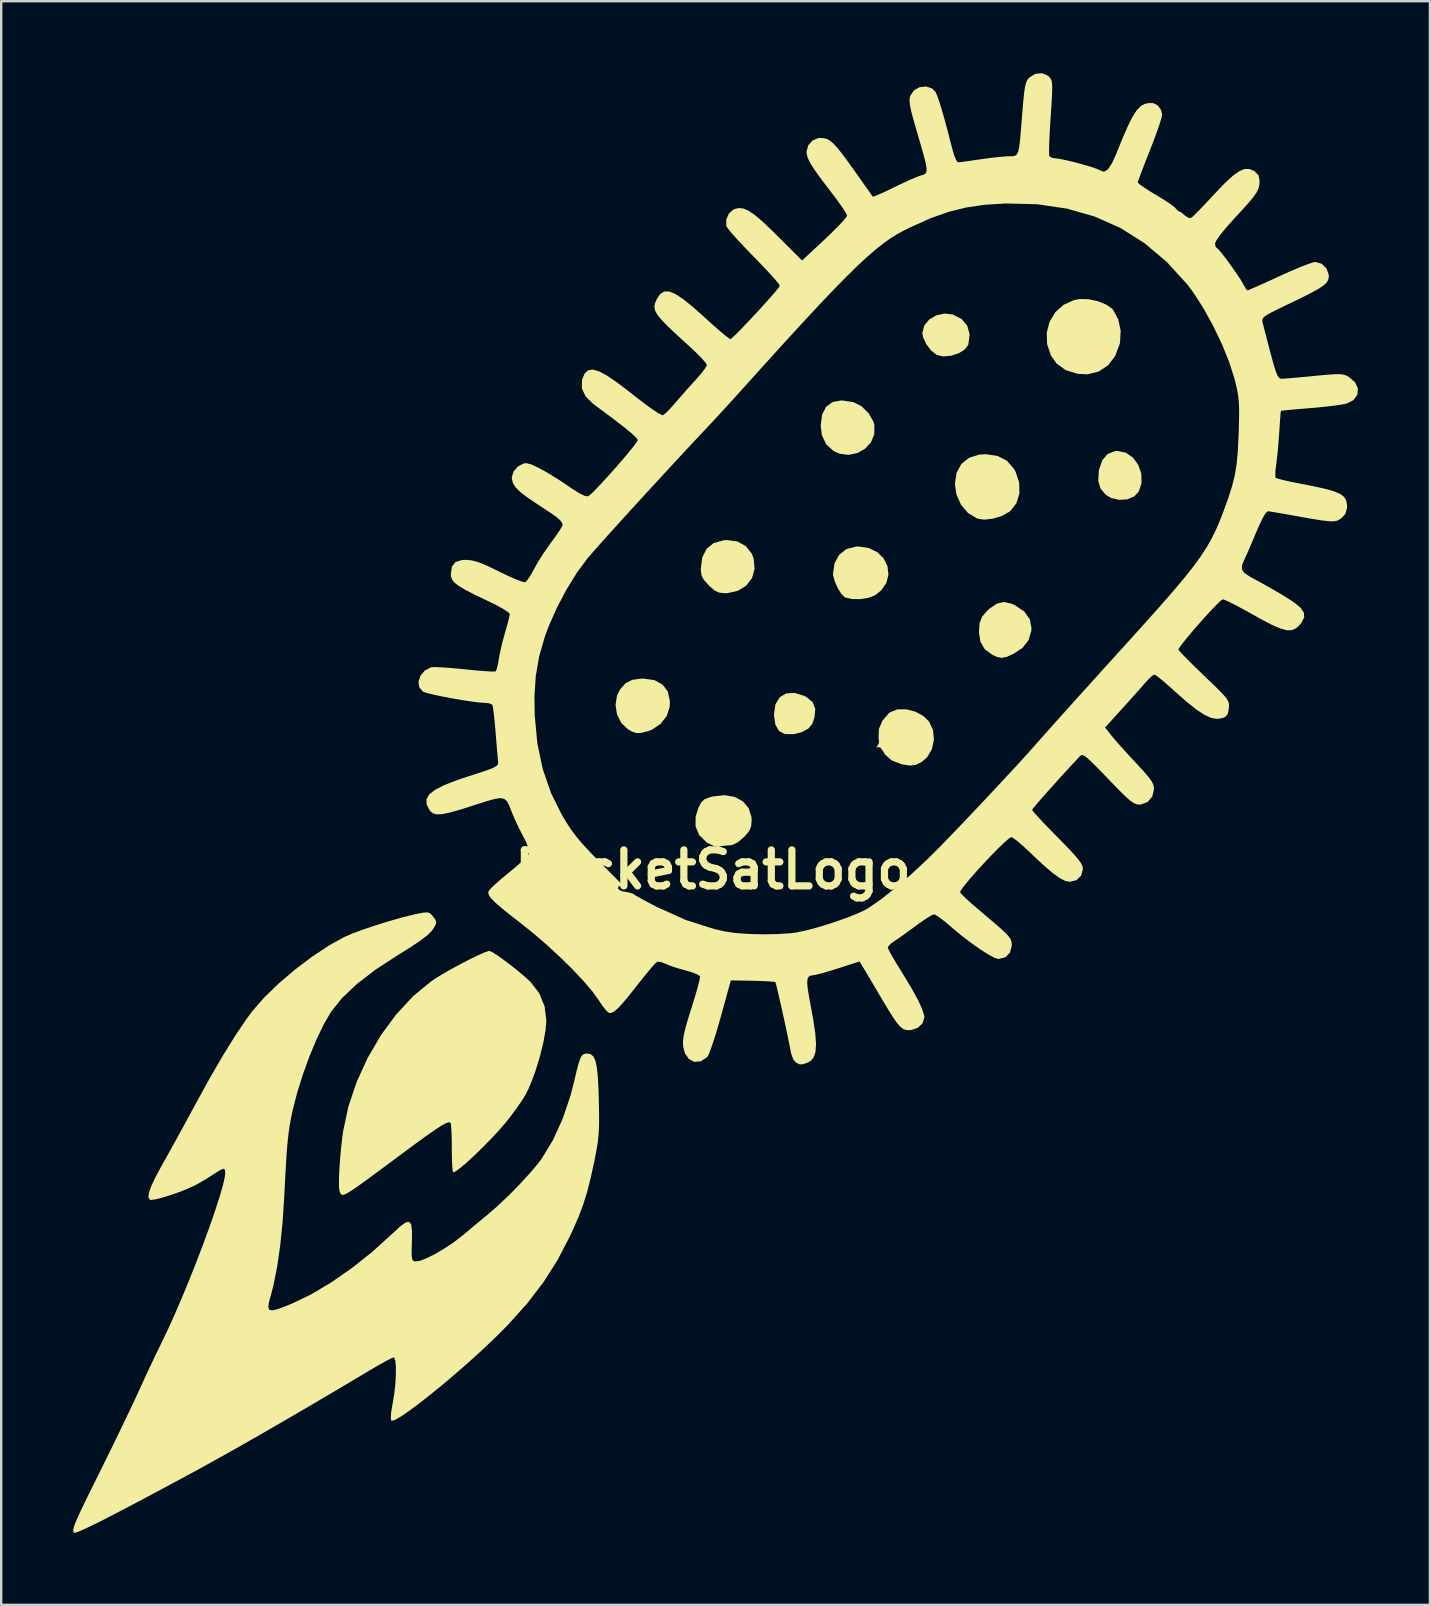
<source format=kicad_pcb>
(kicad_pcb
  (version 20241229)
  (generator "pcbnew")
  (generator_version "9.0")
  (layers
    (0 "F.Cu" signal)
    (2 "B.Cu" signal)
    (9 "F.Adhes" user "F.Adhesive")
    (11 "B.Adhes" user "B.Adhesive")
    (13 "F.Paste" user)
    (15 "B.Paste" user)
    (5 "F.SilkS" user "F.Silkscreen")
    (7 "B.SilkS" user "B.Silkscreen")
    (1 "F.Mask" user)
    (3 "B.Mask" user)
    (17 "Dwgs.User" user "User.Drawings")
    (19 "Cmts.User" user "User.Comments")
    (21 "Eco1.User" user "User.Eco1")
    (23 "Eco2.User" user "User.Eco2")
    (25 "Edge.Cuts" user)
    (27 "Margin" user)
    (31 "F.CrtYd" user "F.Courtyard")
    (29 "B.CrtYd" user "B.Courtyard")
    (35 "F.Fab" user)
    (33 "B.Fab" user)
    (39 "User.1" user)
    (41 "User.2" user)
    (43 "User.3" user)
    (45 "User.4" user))
  (footprint "PocketSatLogo"
    (layer "F.Cu")
    (at 26.653 33.177)
    (property "Reference" "PocketSatLogo" (at 0 0 0) (layer "F.SilkS") (effects (font (size 1.5 1.5) (thickness 0.3))))
    (attr board_only exclude_from_pos_files exclude_from_bom)
    (fp_poly (pts (xy 3.784 -7.243) (xy 3.904 -7.181) (xy 4.154 -6.972) (xy 4.261 -6.697) (xy 4.228 -6.343) (xy 4.141 -6.082) (xy 3.977 -5.879) (xy 3.698 -5.726) (xy 3.356 -5.642) (xy 3.004 -5.647) (xy 2.985 -5.65) (xy 2.75 -5.773) (xy 2.6 -6.035) (xy 2.541 -6.427) (xy 2.54 -6.483) (xy 2.602 -6.889) (xy 2.777 -7.177) (xy 3.045 -7.338) (xy 3.387 -7.364)) (stroke (width 0) (type solid)) (fill yes) (layer "F.SilkS"))
    (fp_poly (pts (xy 17.204 -17.365) (xy 17.499 -17.159) (xy 17.717 -16.858) (xy 17.842 -16.497) (xy 17.853 -16.113) (xy 17.741 -15.755) (xy 17.544 -15.543) (xy 17.252 -15.424) (xy 16.915 -15.403) (xy 16.581 -15.484) (xy 16.358 -15.619) (xy 16.142 -15.876) (xy 16.05 -16.194) (xy 16.073 -16.608) (xy 16.083 -16.663) (xy 16.216 -17.054) (xy 16.441 -17.315) (xy 16.747 -17.435) (xy 16.852 -17.441)) (stroke (width 0) (type solid)) (fill yes) (layer "F.SilkS"))
    (fp_poly (pts (xy 5.839 -19.475) (xy 5.856 -19.471) (xy 6.184 -19.304) (xy 6.473 -19.023) (xy 6.673 -18.684) (xy 6.723 -18.514) (xy 6.719 -18.134) (xy 6.579 -17.801) (xy 6.333 -17.534) (xy 6.011 -17.353) (xy 5.646 -17.277) (xy 5.267 -17.326) (xy 5.021 -17.438) (xy 4.712 -17.72) (xy 4.533 -18.107) (xy 4.487 -18.501) (xy 4.545 -18.956) (xy 4.713 -19.284) (xy 4.988 -19.482) (xy 5.365 -19.547)) (stroke (width 0) (type solid)) (fill yes) (layer "F.SilkS"))
    (fp_poly (pts (xy 9.985 -23.126) (xy 10.354 -22.94) (xy 10.593 -22.655) (xy 10.691 -22.294) (xy 10.637 -21.878) (xy 10.632 -21.864) (xy 10.49 -21.667) (xy 10.234 -21.51) (xy 9.918 -21.408) (xy 9.596 -21.379) (xy 9.322 -21.441) (xy 9.316 -21.444) (xy 9.084 -21.627) (xy 8.88 -21.898) (xy 8.748 -22.189) (xy 8.721 -22.353) (xy 8.798 -22.661) (xy 9.003 -22.914) (xy 9.299 -23.09) (xy 9.647 -23.166)) (stroke (width 0) (type solid)) (fill yes) (layer "F.SilkS"))
    (fp_poly (pts (xy -2.442 -7.894) (xy -2.1 -7.709) (xy -1.881 -7.413) (xy -1.795 -7.016) (xy -1.803 -6.787) (xy -1.925 -6.405) (xy -2.181 -6.074) (xy -2.535 -5.833) (xy -2.703 -5.769) (xy -2.99 -5.695) (xy -3.192 -5.687) (xy -3.381 -5.753) (xy -3.54 -5.844) (xy -3.821 -6.108) (xy -3.998 -6.463) (xy -4.06 -6.862) (xy -3.998 -7.256) (xy -3.875 -7.504) (xy -3.647 -7.761) (xy -3.369 -7.905) (xy -2.995 -7.957) (xy -2.896 -7.958)) (stroke (width 0) (type solid)) (fill yes) (layer "F.SilkS"))
    (fp_poly (pts (xy 11.853 -17.234) (xy 12.245 -17.032) (xy 12.538 -16.696) (xy 12.609 -16.565) (xy 12.755 -16.112) (xy 12.764 -15.667) (xy 12.642 -15.267) (xy 12.395 -14.948) (xy 12.357 -14.916) (xy 12.043 -14.737) (xy 11.666 -14.62) (xy 11.294 -14.579) (xy 11.007 -14.624) (xy 10.626 -14.853) (xy 10.329 -15.203) (xy 10.138 -15.638) (xy 10.077 -16.07) (xy 10.146 -16.534) (xy 10.348 -16.901) (xy 10.67 -17.158) (xy 11.096 -17.29) (xy 11.355 -17.306)) (stroke (width 0) (type solid)) (fill yes) (layer "F.SilkS"))
    (fp_poly (pts (xy 12.43 -11.079) (xy 12.588 -11.008) (xy 12.969 -10.748) (xy 13.198 -10.428) (xy 13.268 -10.055) (xy 13.261 -9.956) (xy 13.145 -9.557) (xy 12.895 -9.238) (xy 12.529 -8.996) (xy 12.239 -8.863) (xy 12.024 -8.821) (xy 11.817 -8.865) (xy 11.642 -8.945) (xy 11.322 -9.177) (xy 11.139 -9.495) (xy 11.079 -9.888) (xy 11.103 -10.262) (xy 11.213 -10.545) (xy 11.441 -10.803) (xy 11.519 -10.871) (xy 11.83 -11.082) (xy 12.116 -11.15)) (stroke (width 0) (type solid)) (fill yes) (layer "F.SilkS"))
    (fp_poly (pts (xy 1.024 -13.667) (xy 1.373 -13.471) (xy 1.617 -13.158) (xy 1.693 -12.955) (xy 1.732 -12.526) (xy 1.623 -12.144) (xy 1.386 -11.833) (xy 1.04 -11.616) (xy 0.605 -11.518) (xy 0.502 -11.515) (xy 0.265 -11.536) (xy 0.074 -11.621) (xy -0.14 -11.804) (xy -0.179 -11.843) (xy -0.38 -12.067) (xy -0.479 -12.258) (xy -0.508 -12.483) (xy -0.508 -12.523) (xy -0.448 -13.003) (xy -0.268 -13.364) (xy 0.028 -13.604) (xy 0.438 -13.719) (xy 0.591 -13.729)) (stroke (width 0) (type solid)) (fill yes) (layer "F.SilkS"))
    (fp_poly (pts (xy 6.496 -13.396) (xy 6.852 -13.219) (xy 7.113 -12.958) (xy 7.268 -12.64) (xy 7.309 -12.295) (xy 7.226 -11.949) (xy 7.008 -11.632) (xy 6.748 -11.426) (xy 6.472 -11.32) (xy 6.125 -11.268) (xy 5.78 -11.273) (xy 5.507 -11.34) (xy 5.474 -11.357) (xy 5.336 -11.5) (xy 5.189 -11.743) (xy 5.067 -12.02) (xy 5.002 -12.266) (xy 4.998 -12.319) (xy 5.063 -12.763) (xy 5.254 -13.113) (xy 5.556 -13.351) (xy 5.95 -13.457) (xy 6.054 -13.462)) (stroke (width 0) (type solid)) (fill yes) (layer "F.SilkS"))
    (fp_poly (pts (xy 15.639 -23.763) (xy 16.028 -23.68) (xy 16.379 -23.54) (xy 16.632 -23.362) (xy 16.666 -23.323) (xy 16.882 -22.923) (xy 16.982 -22.449) (xy 16.955 -21.958) (xy 16.944 -21.906) (xy 16.755 -21.398) (xy 16.459 -21.01) (xy 16.071 -20.751) (xy 15.609 -20.635) (xy 15.194 -20.653) (xy 14.698 -20.805) (xy 14.314 -21.082) (xy 14.076 -21.419) (xy 13.916 -21.898) (xy 13.904 -22.376) (xy 14.023 -22.826) (xy 14.261 -23.219) (xy 14.602 -23.528) (xy 15.032 -23.723) (xy 15.271 -23.769)) (stroke (width 0) (type solid)) (fill yes) (layer "F.SilkS"))
    (fp_poly (pts (xy 0.906 -3.027) (xy 1.25 -2.839) (xy 1.489 -2.552) (xy 1.603 -2.178) (xy 1.609 -2.058) (xy 1.591 -1.809) (xy 1.517 -1.62) (xy 1.353 -1.419) (xy 1.28 -1.345) (xy 1.012 -1.122) (xy 0.784 -1.02) (xy 0.74 -1.016) (xy 0.491 -0.999) (xy 0.286 -0.97) (xy 0.042 -0.979) (xy -0.231 -1.112) (xy -0.266 -1.135) (xy -0.575 -1.436) (xy -0.728 -1.798) (xy -0.723 -2.215) (xy -0.6 -2.593) (xy -0.486 -2.806) (xy -0.353 -2.931) (xy -0.14 -3.012) (xy -0.004 -3.047) (xy 0.481 -3.101)) (stroke (width 0) (type solid)) (fill yes) (layer "F.SilkS"))
    (fp_poly (pts (xy 8.427 -6.581) (xy 8.767 -6.397) (xy 8.996 -6.173) (xy 9.166 -5.812) (xy 9.204 -5.411) (xy 9.118 -5.017) (xy 8.917 -4.676) (xy 8.685 -4.478) (xy 8.448 -4.364) (xy 8.208 -4.334) (xy 7.895 -4.382) (xy 7.832 -4.397) (xy 7.428 -4.557) (xy 7.158 -4.806) (xy 7.093 -4.923) (xy 6.973 -5.086) (xy 6.863 -5.105) (xy 6.782 -5.09) (xy 6.843 -5.144) (xy 6.915 -5.282) (xy 6.898 -5.53) (xy 6.913 -5.861) (xy 7.058 -6.201) (xy 7.304 -6.493) (xy 7.392 -6.562) (xy 7.689 -6.676) (xy 8.051 -6.678)) (stroke (width 0) (type solid)) (fill yes) (layer "F.SilkS"))
    (fp_poly (pts (xy -9.196 3.438) (xy -8.979 3.576) (xy -8.697 3.776) (xy -8.381 4.016) (xy -8.064 4.271) (xy -7.776 4.517) (xy -7.605 4.676) (xy -7.24 5.147) (xy -7.015 5.7) (xy -6.943 6.284) (xy -6.975 6.686) (xy -7.066 7.194) (xy -7.204 7.758) (xy -7.377 8.329) (xy -7.451 8.539) (xy -7.582 8.886) (xy -7.698 9.16) (xy -7.825 9.404) (xy -7.986 9.661) (xy -8.208 9.976) (xy -8.436 10.287) (xy -8.667 10.577) (xy -8.961 10.911) (xy -9.295 11.266) (xy -9.645 11.621) (xy -9.988 11.953) (xy -10.303 12.24) (xy -10.566 12.46) (xy -10.753 12.59) (xy -10.824 12.615) (xy -10.847 12.536) (xy -10.865 12.32) (xy -10.877 12.001) (xy -10.882 11.611) (xy -10.881 11.607) (xy -10.885 11.21) (xy -10.897 10.876) (xy -10.914 10.642) (xy -10.935 10.542) (xy -10.999 10.524) (xy -11.117 10.561) (xy -11.302 10.66) (xy -11.568 10.831) (xy -11.929 11.083) (xy -12.399 11.424) (xy -12.831 11.743) (xy -13.496 12.237) (xy -14.039 12.639) (xy -14.471 12.957) (xy -14.807 13.198) (xy -15.059 13.37) (xy -15.241 13.481) (xy -15.365 13.539) (xy -15.446 13.552) (xy -15.495 13.527) (xy -15.527 13.474) (xy -15.554 13.398) (xy -15.562 13.379) (xy -15.582 13.218) (xy -15.583 12.925) (xy -15.568 12.537) (xy -15.538 12.087) (xy -15.496 11.614) (xy -15.444 11.152) (xy -15.413 10.922) (xy -15.192 9.88) (xy -14.844 8.843) (xy -14.384 7.838) (xy -13.829 6.89) (xy -13.192 6.026) (xy -12.492 5.272) (xy -11.741 4.654) (xy -11.606 4.561) (xy -11.3 4.371) (xy -10.934 4.16) (xy -10.539 3.945) (xy -10.149 3.744) (xy -9.798 3.573) (xy -9.517 3.449) (xy -9.341 3.389) (xy -9.316 3.387)) (stroke (width 0) (type solid)) (fill yes) (layer "F.SilkS"))
    (fp_poly (pts (xy -11.786 1.82) (xy -11.692 1.917) (xy -11.675 1.938) (xy -11.557 2.098) (xy -11.53 2.221) (xy -11.595 2.372) (xy -11.705 2.54) (xy -11.878 2.718) (xy -12.197 2.962) (xy -12.653 3.267) (xy -13.109 3.549) (xy -14.046 4.157) (xy -14.83 4.76) (xy -15.455 5.352) (xy -15.905 5.914) (xy -16.201 6.417) (xy -16.506 7.048) (xy -16.806 7.766) (xy -17.085 8.531) (xy -17.326 9.304) (xy -17.515 10.043) (xy -17.523 10.075) (xy -17.586 10.383) (xy -17.639 10.681) (xy -17.684 10.997) (xy -17.723 11.355) (xy -17.758 11.781) (xy -17.792 12.301) (xy -17.827 12.941) (xy -17.864 13.674) (xy -17.932 14.699) (xy -18.031 15.665) (xy -18.157 16.543) (xy -18.307 17.302) (xy -18.419 17.732) (xy -18.503 18.042) (xy -18.527 18.245) (xy -18.474 18.348) (xy -18.324 18.359) (xy -18.062 18.284) (xy -17.667 18.131) (xy -17.539 18.079) (xy -16.749 17.699) (xy -15.904 17.197) (xy -15.038 16.594) (xy -14.181 15.912) (xy -13.367 15.174) (xy -13.363 15.171) (xy -13.036 14.868) (xy -12.805 14.7) (xy -12.655 14.672) (xy -12.572 14.79) (xy -12.539 15.062) (xy -12.544 15.493) (xy -12.545 15.513) (xy -12.555 15.882) (xy -12.55 16.115) (xy -12.524 16.246) (xy -12.472 16.306) (xy -12.415 16.325) (xy -12.224 16.302) (xy -11.933 16.191) (xy -11.575 16.011) (xy -11.182 15.78) (xy -10.788 15.516) (xy -10.426 15.236) (xy -10.41 15.223) (xy -10.083 14.948) (xy -9.754 14.674) (xy -9.478 14.446) (xy -9.398 14.38) (xy -8.983 14.021) (xy -8.53 13.593) (xy -8.075 13.132) (xy -7.655 12.676) (xy -7.305 12.264) (xy -7.127 12.028) (xy -6.668 11.268) (xy -6.266 10.387) (xy -5.94 9.428) (xy -5.8 8.89) (xy -5.689 8.416) (xy -5.602 8.082) (xy -5.528 7.865) (xy -5.457 7.739) (xy -5.376 7.68) (xy -5.275 7.663) (xy -5.241 7.662) (xy -5.097 7.689) (xy -4.985 7.781) (xy -4.901 7.957) (xy -4.84 8.234) (xy -4.798 8.632) (xy -4.77 9.168) (xy -4.757 9.622) (xy -4.746 10.182) (xy -4.746 10.619) (xy -4.761 10.98) (xy -4.794 11.31) (xy -4.848 11.655) (xy -4.927 12.062) (xy -4.947 12.162) (xy -5.1 12.862) (xy -5.249 13.446) (xy -5.412 13.966) (xy -5.605 14.475) (xy -5.845 15.025) (xy -5.965 15.282) (xy -6.477 16.266) (xy -7.057 17.179) (xy -7.731 18.061) (xy -8.528 18.949) (xy -8.802 19.229) (xy -9.257 19.675) (xy -9.752 20.138) (xy -10.272 20.605) (xy -10.799 21.064) (xy -11.319 21.502) (xy -11.816 21.906) (xy -12.273 22.263) (xy -12.674 22.56) (xy -13.003 22.784) (xy -13.245 22.922) (xy -13.384 22.962) (xy -13.403 22.953) (xy -13.424 22.835) (xy -13.405 22.589) (xy -13.349 22.253) (xy -13.343 22.225) (xy -13.279 21.843) (xy -13.235 21.442) (xy -13.212 21.055) (xy -13.211 20.718) (xy -13.233 20.465) (xy -13.279 20.332) (xy -13.303 20.32) (xy -13.408 20.361) (xy -13.626 20.475) (xy -13.929 20.643) (xy -14.284 20.85) (xy -14.34 20.884) (xy -15.98 21.859) (xy -17.511 22.757) (xy -18.926 23.575) (xy -20.218 24.309) (xy -21.38 24.954) (xy -21.929 25.252) (xy -22.988 25.821) (xy -23.903 26.308) (xy -24.679 26.716) (xy -25.318 27.046) (xy -25.826 27.3) (xy -26.206 27.481) (xy -26.461 27.59) (xy -26.596 27.63) (xy -26.618 27.625) (xy -26.647 27.579) (xy -26.653 27.507) (xy -26.628 27.393) (xy -26.567 27.22) (xy -26.461 26.973) (xy -26.304 26.636) (xy -26.089 26.191) (xy -25.809 25.624) (xy -25.563 25.128) (xy -25.246 24.487) (xy -24.923 23.827) (xy -24.611 23.183) (xy -24.327 22.589) (xy -24.087 22.08) (xy -23.919 21.717) (xy -23.691 21.218) (xy -23.446 20.693) (xy -23.211 20.198) (xy -23.013 19.791) (xy -22.982 19.727) (xy -22.703 19.145) (xy -22.408 18.491) (xy -22.105 17.786) (xy -21.802 17.051) (xy -21.507 16.306) (xy -21.227 15.573) (xy -20.971 14.873) (xy -20.747 14.227) (xy -20.562 13.656) (xy -20.424 13.181) (xy -20.341 12.823) (xy -20.32 12.636) (xy -20.333 12.504) (xy -20.392 12.461) (xy -20.524 12.511) (xy -20.758 12.658) (xy -20.828 12.705) (xy -21.138 12.902) (xy -21.471 13.095) (xy -21.59 13.158) (xy -21.882 13.293) (xy -22.231 13.43) (xy -22.598 13.558) (xy -22.943 13.665) (xy -23.228 13.737) (xy -23.415 13.763) (xy -23.459 13.754) (xy -23.52 13.654) (xy -23.501 13.467) (xy -23.4 13.18) (xy -23.21 12.782) (xy -22.928 12.259) (xy -22.872 12.159) (xy -22.62 11.711) (xy -22.321 11.17) (xy -22.005 10.593) (xy -21.703 10.037) (xy -21.589 9.824) (xy -20.978 8.713) (xy -20.41 7.734) (xy -19.889 6.895) (xy -19.419 6.203) (xy -19.192 5.897) (xy -18.703 5.336) (xy -18.097 4.747) (xy -17.414 4.165) (xy -16.693 3.621) (xy -15.977 3.148) (xy -15.359 2.806) (xy -15.028 2.664) (xy -14.578 2.497) (xy -14.054 2.32) (xy -13.5 2.148) (xy -12.961 1.995) (xy -12.484 1.876) (xy -12.348 1.846) (xy -12.063 1.792) (xy -11.893 1.781)) (stroke (width 0) (type solid)) (fill yes) (layer "F.SilkS"))
    (fp_poly (pts (xy 13.961 -33.069) (xy 14.014 -33.018) (xy 14.068 -32.948) (xy 14.106 -32.861) (xy 14.126 -32.731) (xy 14.131 -32.533) (xy 14.122 -32.24) (xy 14.098 -31.828) (xy 14.064 -31.326) (xy 14.033 -30.832) (xy 14.012 -30.396) (xy 14.001 -30.046) (xy 14.001 -29.81) (xy 14.012 -29.718) (xy 14.13 -29.649) (xy 14.25 -29.632) (xy 14.441 -29.608) (xy 14.732 -29.548) (xy 15.08 -29.464) (xy 15.439 -29.367) (xy 15.764 -29.27) (xy 16.009 -29.185) (xy 16.126 -29.128) (xy 16.284 -29.071) (xy 16.447 -29.166) (xy 16.618 -29.419) (xy 16.798 -29.817) (xy 17.062 -30.471) (xy 17.285 -30.981) (xy 17.477 -31.362) (xy 17.651 -31.632) (xy 17.819 -31.807) (xy 17.993 -31.903) (xy 18.184 -31.936) (xy 18.345 -31.929) (xy 18.524 -31.838) (xy 18.663 -31.647) (xy 18.711 -31.449) (xy 18.681 -31.303) (xy 18.596 -31.032) (xy 18.469 -30.668) (xy 18.31 -30.243) (xy 18.203 -29.972) (xy 18.032 -29.538) (xy 17.885 -29.158) (xy 17.774 -28.861) (xy 17.708 -28.674) (xy 17.695 -28.626) (xy 17.764 -28.555) (xy 17.949 -28.422) (xy 18.221 -28.247) (xy 18.468 -28.099) (xy 18.791 -27.902) (xy 19.056 -27.726) (xy 19.23 -27.594) (xy 19.281 -27.539) (xy 19.366 -27.44) (xy 19.398 -27.432) (xy 19.507 -27.378) (xy 19.645 -27.26) (xy 19.816 -27.147) (xy 19.927 -27.154) (xy 20.021 -27.238) (xy 20.206 -27.422) (xy 20.458 -27.684) (xy 20.753 -27.998) (xy 20.877 -28.133) (xy 21.3 -28.576) (xy 21.641 -28.892) (xy 21.919 -29.093) (xy 22.151 -29.187) (xy 22.356 -29.185) (xy 22.552 -29.099) (xy 22.56 -29.093) (xy 22.728 -28.919) (xy 22.772 -28.679) (xy 22.761 -28.515) (xy 22.72 -28.361) (xy 22.634 -28.193) (xy 22.487 -27.987) (xy 22.261 -27.72) (xy 21.942 -27.368) (xy 21.738 -27.147) (xy 21.403 -26.775) (xy 21.144 -26.461) (xy 20.976 -26.225) (xy 20.913 -26.087) (xy 20.913 -26.084) (xy 20.939 -25.943) (xy 20.977 -25.908) (xy 21.053 -25.843) (xy 21.198 -25.671) (xy 21.387 -25.426) (xy 21.595 -25.142) (xy 21.797 -24.852) (xy 21.97 -24.592) (xy 22.088 -24.394) (xy 22.109 -24.351) (xy 22.199 -24.192) (xy 22.265 -24.13) (xy 22.357 -24.164) (xy 22.575 -24.258) (xy 22.894 -24.4) (xy 23.286 -24.578) (xy 23.598 -24.723) (xy 24.041 -24.922) (xy 24.445 -25.093) (xy 24.779 -25.223) (xy 25.012 -25.3) (xy 25.095 -25.315) (xy 25.358 -25.239) (xy 25.559 -25.042) (xy 25.652 -24.773) (xy 25.654 -24.728) (xy 25.639 -24.6) (xy 25.582 -24.481) (xy 25.463 -24.358) (xy 25.265 -24.22) (xy 24.968 -24.052) (xy 24.554 -23.841) (xy 24.004 -23.575) (xy 23.998 -23.573) (xy 23.556 -23.36) (xy 23.245 -23.204) (xy 23.043 -23.09) (xy 22.931 -23.002) (xy 22.885 -22.925) (xy 22.884 -22.843) (xy 22.895 -22.792) (xy 22.937 -22.624) (xy 23.012 -22.333) (xy 23.11 -21.958) (xy 23.22 -21.539) (xy 23.229 -21.505) (xy 23.35 -21.062) (xy 23.444 -20.759) (xy 23.521 -20.572) (xy 23.59 -20.477) (xy 23.663 -20.447) (xy 23.672 -20.447) (xy 23.812 -20.455) (xy 24.085 -20.477) (xy 24.456 -20.51) (xy 24.888 -20.55) (xy 25.03 -20.564) (xy 25.506 -20.609) (xy 25.846 -20.635) (xy 26.081 -20.641) (xy 26.243 -20.626) (xy 26.365 -20.59) (xy 26.477 -20.532) (xy 26.483 -20.529) (xy 26.746 -20.302) (xy 26.866 -20.043) (xy 26.843 -19.785) (xy 26.682 -19.563) (xy 26.415 -19.421) (xy 26.224 -19.379) (xy 25.904 -19.332) (xy 25.495 -19.283) (xy 25.038 -19.239) (xy 24.896 -19.227) (xy 24.462 -19.191) (xy 24.093 -19.159) (xy 23.821 -19.132) (xy 23.674 -19.115) (xy 23.658 -19.111) (xy 23.647 -19.024) (xy 23.628 -18.804) (xy 23.606 -18.486) (xy 23.587 -18.193) (xy 23.555 -17.761) (xy 23.517 -17.337) (xy 23.477 -16.984) (xy 23.457 -16.839) (xy 23.426 -16.575) (xy 23.424 -16.383) (xy 23.44 -16.323) (xy 23.542 -16.283) (xy 23.774 -16.223) (xy 24.101 -16.151) (xy 24.428 -16.086) (xy 25.058 -15.962) (xy 25.541 -15.854) (xy 25.895 -15.751) (xy 26.139 -15.644) (xy 26.294 -15.523) (xy 26.379 -15.378) (xy 26.412 -15.199) (xy 26.416 -15.082) (xy 26.344 -14.818) (xy 26.187 -14.649) (xy 26.088 -14.578) (xy 25.984 -14.531) (xy 25.849 -14.509) (xy 25.659 -14.513) (xy 25.389 -14.543) (xy 25.014 -14.602) (xy 24.509 -14.69) (xy 24.215 -14.743) (xy 23.819 -14.814) (xy 23.479 -14.873) (xy 23.232 -14.914) (xy 23.12 -14.931) (xy 23.027 -14.859) (xy 22.892 -14.632) (xy 22.717 -14.26) (xy 22.64 -14.078) (xy 22.479 -13.695) (xy 22.328 -13.342) (xy 22.206 -13.068) (xy 22.147 -12.943) (xy 22.042 -12.693) (xy 22.034 -12.51) (xy 22.139 -12.357) (xy 22.377 -12.197) (xy 22.543 -12.107) (xy 22.868 -11.931) (xy 23.265 -11.707) (xy 23.663 -11.476) (xy 23.77 -11.412) (xy 24.195 -11.141) (xy 24.473 -10.912) (xy 24.615 -10.709) (xy 24.629 -10.513) (xy 24.528 -10.305) (xy 24.445 -10.199) (xy 24.29 -10.053) (xy 24.118 -9.975) (xy 23.906 -9.97) (xy 23.633 -10.044) (xy 23.276 -10.2) (xy 22.812 -10.443) (xy 22.516 -10.609) (xy 22.112 -10.834) (xy 21.753 -11.026) (xy 21.467 -11.169) (xy 21.283 -11.249) (xy 21.236 -11.261) (xy 21.147 -11.2) (xy 20.975 -11.034) (xy 20.742 -10.791) (xy 20.472 -10.497) (xy 20.19 -10.179) (xy 19.918 -9.863) (xy 19.68 -9.577) (xy 19.499 -9.346) (xy 19.4 -9.198) (xy 19.388 -9.165) (xy 19.446 -9.089) (xy 19.607 -8.916) (xy 19.852 -8.668) (xy 20.161 -8.364) (xy 20.452 -8.084) (xy 20.837 -7.715) (xy 21.115 -7.442) (xy 21.303 -7.241) (xy 21.419 -7.093) (xy 21.477 -6.975) (xy 21.496 -6.866) (xy 21.491 -6.743) (xy 21.49 -6.731) (xy 21.449 -6.496) (xy 21.352 -6.37) (xy 21.242 -6.318) (xy 21.017 -6.277) (xy 20.77 -6.315) (xy 20.483 -6.442) (xy 20.139 -6.666) (xy 19.721 -6.999) (xy 19.21 -7.45) (xy 19.183 -7.475) (xy 18.893 -7.735) (xy 18.644 -7.945) (xy 18.464 -8.084) (xy 18.386 -8.128) (xy 18.287 -8.068) (xy 18.127 -7.916) (xy 18.02 -7.798) (xy 17.849 -7.602) (xy 17.599 -7.321) (xy 17.305 -6.993) (xy 17.035 -6.694) (xy 16.333 -5.919) (xy 16.6 -5.582) (xy 16.763 -5.387) (xy 17.01 -5.108) (xy 17.307 -4.781) (xy 17.62 -4.444) (xy 17.938 -4.1) (xy 18.154 -3.847) (xy 18.286 -3.66) (xy 18.353 -3.511) (xy 18.373 -3.374) (xy 18.373 -3.362) (xy 18.302 -3.047) (xy 18.11 -2.82) (xy 17.828 -2.713) (xy 17.756 -2.709) (xy 17.644 -2.723) (xy 17.524 -2.774) (xy 17.373 -2.88) (xy 17.174 -3.057) (xy 16.905 -3.321) (xy 16.547 -3.691) (xy 16.453 -3.789) (xy 16.078 -4.178) (xy 15.8 -4.457) (xy 15.602 -4.641) (xy 15.467 -4.742) (xy 15.378 -4.776) (xy 15.317 -4.756) (xy 15.301 -4.741) (xy 14.952 -4.367) (xy 14.594 -3.978) (xy 14.246 -3.594) (xy 13.926 -3.237) (xy 13.653 -2.927) (xy 13.444 -2.684) (xy 13.32 -2.531) (xy 13.293 -2.487) (xy 13.349 -2.409) (xy 13.507 -2.231) (xy 13.746 -1.974) (xy 14.048 -1.66) (xy 14.351 -1.351) (xy 14.743 -0.951) (xy 15.027 -0.648) (xy 15.22 -0.423) (xy 15.338 -0.255) (xy 15.396 -0.126) (xy 15.409 -0.027) (xy 15.336 0.254) (xy 15.137 0.442) (xy 14.852 0.507) (xy 14.673 0.471) (xy 14.449 0.357) (xy 14.165 0.154) (xy 13.806 -0.151) (xy 13.356 -0.568) (xy 13.193 -0.726) (xy 12.915 -0.984) (xy 12.674 -1.191) (xy 12.499 -1.322) (xy 12.429 -1.355) (xy 12.327 -1.295) (xy 12.14 -1.134) (xy 11.891 -0.894) (xy 11.603 -0.601) (xy 11.297 -0.278) (xy 10.996 0.051) (xy 10.722 0.361) (xy 10.498 0.629) (xy 10.347 0.829) (xy 10.291 0.939) (xy 10.292 0.946) (xy 10.372 1.042) (xy 10.556 1.22) (xy 10.816 1.454) (xy 11.123 1.717) (xy 11.568 2.093) (xy 11.901 2.378) (xy 12.136 2.591) (xy 12.292 2.75) (xy 12.384 2.872) (xy 12.429 2.977) (xy 12.445 3.083) (xy 12.446 3.165) (xy 12.373 3.456) (xy 12.176 3.654) (xy 11.892 3.725) (xy 11.724 3.673) (xy 11.457 3.529) (xy 11.118 3.312) (xy 10.736 3.041) (xy 10.338 2.736) (xy 9.954 2.416) (xy 9.892 2.362) (xy 9.627 2.139) (xy 9.398 1.967) (xy 9.243 1.873) (xy 9.208 1.863) (xy 9.091 1.911) (xy 8.878 2.04) (xy 8.605 2.228) (xy 8.46 2.334) (xy 8.145 2.566) (xy 7.847 2.779) (xy 7.616 2.938) (xy 7.556 2.976) (xy 7.378 3.11) (xy 7.285 3.226) (xy 7.281 3.245) (xy 7.324 3.352) (xy 7.442 3.569) (xy 7.615 3.867) (xy 7.828 4.213) (xy 7.841 4.233) (xy 8.238 4.884) (xy 8.528 5.409) (xy 8.715 5.81) (xy 8.799 6.093) (xy 8.805 6.16) (xy 8.729 6.406) (xy 8.529 6.593) (xy 8.248 6.685) (xy 8.175 6.689) (xy 8.044 6.68) (xy 7.927 6.64) (xy 7.808 6.552) (xy 7.672 6.397) (xy 7.503 6.155) (xy 7.286 5.81) (xy 7.006 5.341) (xy 6.902 5.165) (xy 6.678 4.786) (xy 6.477 4.447) (xy 6.319 4.181) (xy 6.223 4.021) (xy 6.215 4.008) (xy 6.102 3.826) (xy 5.213 4.114) (xy 4.834 4.232) (xy 4.501 4.327) (xy 4.254 4.387) (xy 4.148 4.403) (xy 4.022 4.427) (xy 3.947 4.516) (xy 3.923 4.692) (xy 3.947 4.978) (xy 4.018 5.397) (xy 4.052 5.572) (xy 4.181 6.275) (xy 4.262 6.834) (xy 4.292 7.265) (xy 4.271 7.586) (xy 4.198 7.814) (xy 4.072 7.966) (xy 3.918 8.05) (xy 3.722 8.114) (xy 3.591 8.107) (xy 3.454 8.038) (xy 3.343 7.904) (xy 3.26 7.681) (xy 3.251 7.639) (xy 3.194 7.344) (xy 3.117 6.967) (xy 3.026 6.54) (xy 2.93 6.094) (xy 2.834 5.661) (xy 2.745 5.272) (xy 2.672 4.959) (xy 2.62 4.753) (xy 2.598 4.686) (xy 2.503 4.669) (xy 2.275 4.653) (xy 1.951 4.639) (xy 1.652 4.631) (xy 0.743 4.614) (xy 0.323 6.138) (xy 0.182 6.63) (xy 0.046 7.071) (xy -0.077 7.434) (xy -0.175 7.689) (xy -0.239 7.805) (xy -0.507 7.985) (xy -0.771 8.01) (xy -1.002 7.894) (xy -1.172 7.648) (xy -1.245 7.359) (xy -1.251 7.164) (xy -1.223 6.928) (xy -1.154 6.621) (xy -1.038 6.213) (xy -0.895 5.759) (xy -0.761 5.327) (xy -0.651 4.949) (xy -0.575 4.655) (xy -0.54 4.477) (xy -0.54 4.441) (xy -0.636 4.372) (xy -0.851 4.286) (xy -1.14 4.201) (xy -1.147 4.199) (xy -1.48 4.106) (xy -1.781 4.005) (xy -1.967 3.927) (xy -2.169 3.849) (xy -2.319 3.837) (xy -2.324 3.839) (xy -2.414 3.918) (xy -2.583 4.106) (xy -2.808 4.375) (xy -3.067 4.7) (xy -3.11 4.755) (xy -3.475 5.219) (xy -3.757 5.558) (xy -3.972 5.788) (xy -4.132 5.921) (xy -4.254 5.974) (xy -4.339 5.966) (xy -4.448 5.871) (xy -4.606 5.673) (xy -4.776 5.421) (xy -5.027 5.071) (xy -5.39 4.645) (xy -5.841 4.167) (xy -6.354 3.661) (xy -6.905 3.152) (xy -7.47 2.665) (xy -7.959 2.272) (xy -8.449 1.89) (xy -8.817 1.593) (xy -9.078 1.367) (xy -9.245 1.196) (xy -9.335 1.067) (xy -9.361 0.965) (xy -9.347 0.897) (xy -9.261 0.789) (xy -9.07 0.605) (xy -8.802 0.37) (xy -8.505 0.126) (xy -8.191 -0.135) (xy -7.926 -0.374) (xy -7.741 -0.563) (xy -7.664 -0.672) (xy -7.678 -0.872) (xy -7.808 -1.195) (xy -7.912 -1.394) (xy -8.095 -1.749) (xy -8.271 -2.126) (xy -8.386 -2.404) (xy -8.486 -2.662) (xy -8.579 -2.841) (xy -8.692 -2.945) (xy -8.854 -2.978) (xy -9.091 -2.945) (xy -9.431 -2.85) (xy -9.9 -2.7) (xy -9.98 -2.673) (xy -10.542 -2.495) (xy -10.968 -2.375) (xy -11.282 -2.312) (xy -11.505 -2.301) (xy -11.661 -2.342) (xy -11.773 -2.431) (xy -11.806 -2.474) (xy -11.929 -2.712) (xy -11.938 -2.927) (xy -11.824 -3.129) (xy -11.577 -3.325) (xy -11.188 -3.524) (xy -10.648 -3.733) (xy -10.191 -3.886) (xy -9.714 -4.039) (xy -9.377 -4.154) (xy -9.155 -4.242) (xy -9.025 -4.314) (xy -8.965 -4.381) (xy -8.951 -4.455) (xy -8.953 -4.493) (xy -8.968 -4.656) (xy -8.993 -4.946) (xy -9.025 -5.323) (xy -9.059 -5.744) (xy -9.095 -6.151) (xy -9.132 -6.497) (xy -9.165 -6.746) (xy -9.19 -6.864) (xy -9.191 -6.866) (xy -9.303 -6.924) (xy -9.461 -6.943) (xy -9.699 -6.958) (xy -10.04 -7) (xy -10.445 -7.062) (xy -10.876 -7.136) (xy -11.294 -7.215) (xy -11.305 -7.218) (xy -7.439 -7.218) (xy -7.428 -6.443) (xy -7.318 -5.26) (xy -7.091 -4.18) (xy -6.742 -3.178) (xy -6.327 -2.34) (xy -6.119 -1.984) (xy -5.918 -1.675) (xy -5.7 -1.381) (xy -5.441 -1.074) (xy -5.116 -0.723) (xy -4.7 -0.297) (xy -4.53 -0.125) (xy -4.219 0.187) (xy -3.962 0.447) (xy -3.777 0.636) (xy -3.683 0.735) (xy -3.679 0.743) (xy -3.817 0.682) (xy -3.933 0.697) (xy -3.961 0.776) (xy -3.906 0.853) (xy -3.774 0.905) (xy -3.52 0.949) (xy -3.514 0.95) (xy -3.355 0.994) (xy -3.302 1.028) (xy -3.214 1.085) (xy -3.006 1.202) (xy -2.709 1.363) (xy -2.352 1.549) (xy -2.334 1.558) (xy -1.135 2.098) (xy 0.054 2.476) (xy 0.508 2.579) (xy 0.951 2.642) (xy 1.503 2.681) (xy 2.105 2.696) (xy 2.698 2.686) (xy 3.225 2.651) (xy 3.469 2.619) (xy 3.88 2.534) (xy 4.37 2.403) (xy 4.898 2.241) (xy 5.419 2.062) (xy 5.892 1.881) (xy 6.273 1.712) (xy 6.469 1.605) (xy 7.008 1.23) (xy 7.62 0.746) (xy 8.274 0.181) (xy 8.94 -0.44) (xy 9.444 -0.942) (xy 9.992 -1.509) (xy 10.575 -2.119) (xy 11.17 -2.747) (xy 11.754 -3.369) (xy 12.304 -3.96) (xy 12.797 -4.495) (xy 13.211 -4.951) (xy 13.438 -5.207) (xy 13.718 -5.525) (xy 14.053 -5.901) (xy 14.451 -6.346) (xy 14.921 -6.869) (xy 15.473 -7.481) (xy 16.115 -8.192) (xy 16.855 -9.01) (xy 17.447 -9.662) (xy 18.151 -10.444) (xy 18.751 -11.118) (xy 19.256 -11.7) (xy 19.678 -12.205) (xy 20.028 -12.65) (xy 20.318 -13.049) (xy 20.559 -13.419) (xy 20.762 -13.773) (xy 20.939 -14.128) (xy 21.1 -14.499) (xy 21.235 -14.843) (xy 21.459 -15.457) (xy 21.624 -15.973) (xy 21.74 -16.443) (xy 21.817 -16.92) (xy 21.865 -17.454) (xy 21.895 -18.098) (xy 21.899 -18.203) (xy 21.914 -18.737) (xy 21.918 -19.142) (xy 21.907 -19.46) (xy 21.88 -19.732) (xy 21.832 -20) (xy 21.761 -20.303) (xy 21.725 -20.447) (xy 21.508 -21.132) (xy 21.203 -21.886) (xy 20.833 -22.657) (xy 20.426 -23.394) (xy 20.007 -24.047) (xy 19.756 -24.381) (xy 18.905 -25.314) (xy 17.979 -26.095) (xy 16.979 -26.726) (xy 15.901 -27.206) (xy 14.744 -27.536) (xy 13.508 -27.718) (xy 12.19 -27.751) (xy 12.15 -27.749) (xy 11.302 -27.694) (xy 10.534 -27.581) (xy 9.797 -27.396) (xy 9.044 -27.127) (xy 8.228 -26.761) (xy 7.952 -26.624) (xy 7.676 -26.475) (xy 7.391 -26.296) (xy 7.09 -26.082) (xy 6.763 -25.822) (xy 6.403 -25.509) (xy 6 -25.135) (xy 5.547 -24.691) (xy 5.035 -24.168) (xy 4.455 -23.56) (xy 3.8 -22.856) (xy 3.06 -22.05) (xy 2.227 -21.132) (xy 1.293 -20.095) (xy 1.229 -20.024) (xy 0.856 -19.611) (xy 0.449 -19.165) (xy 0.056 -18.739) (xy -0.275 -18.385) (xy -0.29 -18.369) (xy -0.769 -17.86) (xy -1.29 -17.301) (xy -1.838 -16.71) (xy -2.396 -16.104) (xy -2.95 -15.502) (xy -3.481 -14.92) (xy -3.975 -14.376) (xy -4.416 -13.888) (xy -4.786 -13.474) (xy -5.071 -13.15) (xy -5.234 -12.96) (xy -5.672 -12.368) (xy -6.106 -11.664) (xy -6.508 -10.9) (xy -6.848 -10.133) (xy -7.011 -9.689) (xy -7.243 -8.876) (xy -7.383 -8.071) (xy -7.439 -7.218) (xy -11.305 -7.218) (xy -11.661 -7.293) (xy -11.937 -7.363) (xy -12.085 -7.417) (xy -12.086 -7.417) (xy -12.24 -7.6) (xy -12.269 -7.834) (xy -12.187 -8.078) (xy -12.01 -8.289) (xy -11.753 -8.424) (xy -11.728 -8.431) (xy -11.585 -8.437) (xy -11.309 -8.426) (xy -10.936 -8.4) (xy -10.501 -8.361) (xy -10.34 -8.344) (xy -9.902 -8.301) (xy -9.525 -8.27) (xy -9.24 -8.253) (xy -9.079 -8.252) (xy -9.057 -8.257) (xy -9.009 -8.357) (xy -8.957 -8.571) (xy -8.929 -8.742) (xy -8.874 -9.046) (xy -8.784 -9.432) (xy -8.678 -9.822) (xy -8.668 -9.857) (xy -8.574 -10.183) (xy -8.504 -10.454) (xy -8.469 -10.623) (xy -8.467 -10.646) (xy -8.54 -10.728) (xy -8.74 -10.86) (xy -9.04 -11.025) (xy -9.352 -11.178) (xy -9.892 -11.436) (xy -10.295 -11.641) (xy -10.58 -11.809) (xy -10.766 -11.952) (xy -10.871 -12.085) (xy -10.916 -12.22) (xy -10.922 -12.304) (xy -10.877 -12.62) (xy -10.728 -12.813) (xy -10.459 -12.897) (xy -10.273 -12.904) (xy -10.049 -12.882) (xy -9.797 -12.814) (xy -9.481 -12.69) (xy -9.068 -12.495) (xy -8.902 -12.412) (xy -8.529 -12.232) (xy -8.204 -12.089) (xy -7.961 -11.997) (xy -7.831 -11.97) (xy -7.825 -11.971) (xy -7.731 -12.065) (xy -7.595 -12.267) (xy -7.459 -12.515) (xy -7.285 -12.823) (xy -7.049 -13.195) (xy -6.796 -13.559) (xy -6.736 -13.64) (xy -6.529 -13.923) (xy -6.369 -14.16) (xy -6.279 -14.315) (xy -6.267 -14.351) (xy -6.285 -14.441) (xy -6.353 -14.539) (xy -6.491 -14.663) (xy -6.721 -14.83) (xy -7.066 -15.059) (xy -7.25 -15.178) (xy -7.698 -15.478) (xy -8.015 -15.719) (xy -8.222 -15.921) (xy -8.337 -16.105) (xy -8.38 -16.291) (xy -8.382 -16.345) (xy -8.307 -16.588) (xy -8.121 -16.799) (xy -7.88 -16.921) (xy -7.783 -16.933) (xy -7.581 -16.883) (xy -7.269 -16.74) (xy -6.867 -16.517) (xy -6.398 -16.225) (xy -5.905 -15.893) (xy -5.586 -15.688) (xy -5.344 -15.569) (xy -5.206 -15.548) (xy -5.101 -15.63) (xy -4.913 -15.813) (xy -4.665 -16.072) (xy -4.38 -16.383) (xy -4.079 -16.719) (xy -3.786 -17.056) (xy -3.523 -17.368) (xy -3.311 -17.63) (xy -3.174 -17.816) (xy -3.133 -17.896) (xy -3.195 -17.991) (xy -3.384 -18.168) (xy -3.702 -18.429) (xy -4.154 -18.779) (xy -4.742 -19.218) (xy -4.998 -19.406) (xy -5.306 -19.709) (xy -5.462 -20.044) (xy -5.458 -20.393) (xy -5.451 -20.42) (xy -5.353 -20.656) (xy -5.215 -20.795) (xy -5.023 -20.833) (xy -4.766 -20.765) (xy -4.43 -20.589) (xy -4.003 -20.3) (xy -3.471 -19.894) (xy -3.368 -19.812) (xy -2.939 -19.478) (xy -2.579 -19.213) (xy -2.304 -19.029) (xy -2.131 -18.937) (xy -2.085 -18.931) (xy -1.971 -19.016) (xy -1.792 -19.195) (xy -1.597 -19.416) (xy -1.351 -19.701) (xy -1.052 -20.04) (xy -0.76 -20.361) (xy -0.742 -20.381) (xy -0.518 -20.636) (xy -0.349 -20.853) (xy -0.261 -20.998) (xy -0.254 -21.024) (xy -0.314 -21.123) (xy -0.476 -21.307) (xy -0.716 -21.549) (xy -0.994 -21.809) (xy -1.484 -22.256) (xy -1.86 -22.61) (xy -2.131 -22.887) (xy -2.311 -23.106) (xy -2.411 -23.283) (xy -2.443 -23.437) (xy -2.419 -23.586) (xy -2.351 -23.746) (xy -2.332 -23.785) (xy -2.197 -23.982) (xy -2.033 -24.084) (xy -1.828 -24.084) (xy -1.567 -23.979) (xy -1.236 -23.761) (xy -0.821 -23.426) (xy -0.339 -22.995) (xy 0.001 -22.688) (xy 0.301 -22.426) (xy 0.538 -22.229) (xy 0.688 -22.117) (xy 0.726 -22.099) (xy 0.805 -22.158) (xy 0.974 -22.319) (xy 1.209 -22.558) (xy 1.488 -22.85) (xy 1.787 -23.169) (xy 2.083 -23.492) (xy 2.354 -23.794) (xy 2.576 -24.049) (xy 2.728 -24.234) (xy 2.783 -24.317) (xy 2.736 -24.402) (xy 2.587 -24.585) (xy 2.353 -24.846) (xy 2.054 -25.165) (xy 1.712 -25.516) (xy 1.358 -25.88) (xy 1.045 -26.214) (xy 0.793 -26.495) (xy 0.624 -26.702) (xy 0.557 -26.807) (xy 0.551 -27.075) (xy 0.661 -27.331) (xy 0.855 -27.502) (xy 0.882 -27.514) (xy 1.069 -27.559) (xy 1.262 -27.542) (xy 1.48 -27.449) (xy 1.743 -27.27) (xy 2.069 -26.992) (xy 2.479 -26.602) (xy 2.68 -26.404) (xy 3.711 -25.374) (xy 4.65 -26.251) (xy 4.976 -26.564) (xy 5.254 -26.844) (xy 5.46 -27.067) (xy 5.573 -27.21) (xy 5.588 -27.245) (xy 5.539 -27.353) (xy 5.403 -27.564) (xy 5.202 -27.849) (xy 4.955 -28.179) (xy 4.922 -28.222) (xy 4.553 -28.705) (xy 4.281 -29.079) (xy 4.092 -29.366) (xy 3.973 -29.587) (xy 3.912 -29.763) (xy 3.895 -29.909) (xy 3.967 -30.172) (xy 4.151 -30.379) (xy 4.398 -30.478) (xy 4.441 -30.48) (xy 4.595 -30.473) (xy 4.733 -30.442) (xy 4.869 -30.371) (xy 5.019 -30.245) (xy 5.198 -30.047) (xy 5.422 -29.763) (xy 5.706 -29.376) (xy 6.065 -28.87) (xy 6.213 -28.66) (xy 6.405 -28.387) (xy 6.557 -28.172) (xy 6.646 -28.049) (xy 6.657 -28.033) (xy 6.739 -28.055) (xy 6.942 -28.14) (xy 7.233 -28.273) (xy 7.555 -28.429) (xy 7.927 -28.607) (xy 8.264 -28.761) (xy 8.527 -28.871) (xy 8.657 -28.916) (xy 8.772 -28.949) (xy 8.852 -28.996) (xy 8.894 -29.078) (xy 8.897 -29.217) (xy 8.86 -29.435) (xy 8.779 -29.753) (xy 8.654 -30.193) (xy 8.505 -30.701) (xy 8.36 -31.204) (xy 8.262 -31.574) (xy 8.205 -31.839) (xy 8.186 -32.027) (xy 8.198 -32.165) (xy 8.217 -32.234) (xy 8.372 -32.464) (xy 8.61 -32.597) (xy 8.879 -32.625) (xy 9.127 -32.541) (xy 9.267 -32.4) (xy 9.35 -32.215) (xy 9.465 -31.875) (xy 9.608 -31.389) (xy 9.777 -30.769) (xy 9.965 -30.035) (xy 10.049 -29.752) (xy 10.134 -29.547) (xy 10.202 -29.464) (xy 10.205 -29.464) (xy 10.326 -29.476) (xy 10.573 -29.508) (xy 10.905 -29.556) (xy 11.141 -29.591) (xy 11.544 -29.646) (xy 11.925 -29.689) (xy 12.227 -29.714) (xy 12.331 -29.718) (xy 12.469 -29.718) (xy 12.574 -29.734) (xy 12.652 -29.787) (xy 12.709 -29.898) (xy 12.753 -30.089) (xy 12.79 -30.381) (xy 12.827 -30.795) (xy 12.871 -31.353) (xy 12.879 -31.452) (xy 12.922 -31.967) (xy 12.959 -32.341) (xy 12.997 -32.602) (xy 13.04 -32.777) (xy 13.095 -32.896) (xy 13.166 -32.986) (xy 13.177 -32.997) (xy 13.431 -33.153) (xy 13.711 -33.177)) (stroke (width 0) (type solid)) (fill yes) (layer "F.SilkS")))
  (gr_rect
    (start -3 -3)
    (end 56.519 63.807)
    (stroke (width 0.1) (type default))
    (fill no)
    (layer "Edge.Cuts")))
</source>
